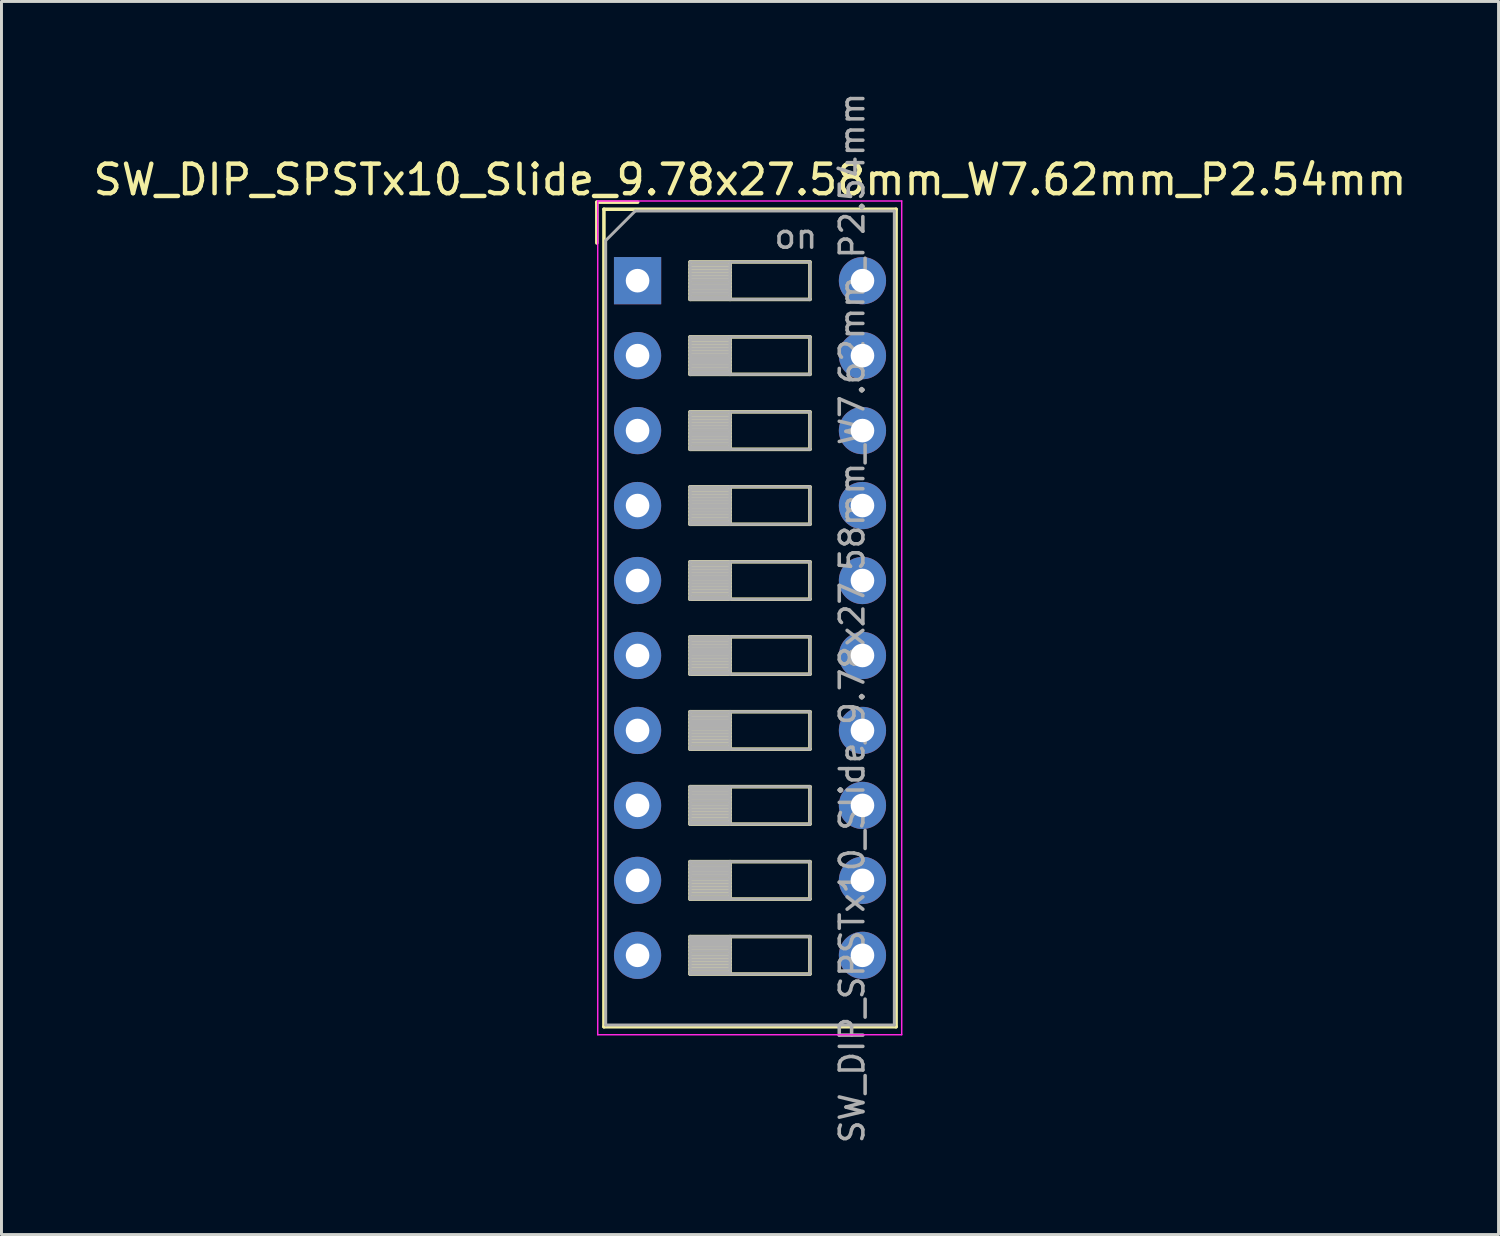
<source format=kicad_pcb>
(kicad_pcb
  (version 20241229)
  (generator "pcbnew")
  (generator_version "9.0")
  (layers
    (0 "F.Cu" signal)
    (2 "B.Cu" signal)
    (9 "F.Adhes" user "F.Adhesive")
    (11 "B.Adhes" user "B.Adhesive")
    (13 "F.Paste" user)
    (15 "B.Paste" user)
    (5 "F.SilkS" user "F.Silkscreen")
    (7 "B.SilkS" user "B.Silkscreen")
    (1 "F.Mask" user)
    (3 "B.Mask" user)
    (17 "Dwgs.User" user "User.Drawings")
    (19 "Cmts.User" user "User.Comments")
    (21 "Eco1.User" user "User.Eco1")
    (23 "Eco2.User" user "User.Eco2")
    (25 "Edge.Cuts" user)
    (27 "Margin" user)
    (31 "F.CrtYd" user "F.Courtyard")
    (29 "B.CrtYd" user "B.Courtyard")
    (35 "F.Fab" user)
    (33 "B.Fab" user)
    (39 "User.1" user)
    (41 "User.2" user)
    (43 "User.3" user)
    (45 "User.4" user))
  (footprint "SW_DIP_SPSTx10_Slide_9.78x27.58mm_W7.62mm_P2.54mm"
    (layer "F.Cu")
    (at 18.553 6.46)
    (property "Reference" "SW_DIP_SPSTx10_Slide_9.78x27.58mm_W7.62mm_P2.54mm" (at 3.81 -3.42 0) (layer "F.SilkS") (effects (font (size 1 1) (thickness 0.15))))
    (attr through_hole)
    (fp_line (start -1.38 -2.66) (end -1.38 -1.277) (stroke (width 0.12) (type solid)) (layer "F.SilkS"))
    (fp_line (start -1.38 -2.66) (end 0.004 -2.66) (stroke (width 0.12) (type solid)) (layer "F.SilkS"))
    (fp_line (start -1.14 -2.42) (end -1.14 25.28) (stroke (width 0.12) (type solid)) (layer "F.SilkS"))
    (fp_line (start -1.14 -2.42) (end 8.76 -2.42) (stroke (width 0.12) (type solid)) (layer "F.SilkS"))
    (fp_line (start -1.14 25.28) (end 8.76 25.28) (stroke (width 0.12) (type solid)) (layer "F.SilkS"))
    (fp_line (start 1.78 -0.635) (end 1.78 0.635) (stroke (width 0.12) (type solid)) (layer "F.SilkS"))
    (fp_line (start 1.78 -0.515) (end 3.133 -0.515) (stroke (width 0.12) (type solid)) (layer "F.SilkS"))
    (fp_line (start 1.78 -0.395) (end 3.133 -0.395) (stroke (width 0.12) (type solid)) (layer "F.SilkS"))
    (fp_line (start 1.78 -0.275) (end 3.133 -0.275) (stroke (width 0.12) (type solid)) (layer "F.SilkS"))
    (fp_line (start 1.78 -0.155) (end 3.133 -0.155) (stroke (width 0.12) (type solid)) (layer "F.SilkS"))
    (fp_line (start 1.78 -0.035) (end 3.133 -0.035) (stroke (width 0.12) (type solid)) (layer "F.SilkS"))
    (fp_line (start 1.78 0.085) (end 3.133 0.085) (stroke (width 0.12) (type solid)) (layer "F.SilkS"))
    (fp_line (start 1.78 0.205) (end 3.133 0.205) (stroke (width 0.12) (type solid)) (layer "F.SilkS"))
    (fp_line (start 1.78 0.325) (end 3.133 0.325) (stroke (width 0.12) (type solid)) (layer "F.SilkS"))
    (fp_line (start 1.78 0.445) (end 3.133 0.445) (stroke (width 0.12) (type solid)) (layer "F.SilkS"))
    (fp_line (start 1.78 0.565) (end 3.133 0.565) (stroke (width 0.12) (type solid)) (layer "F.SilkS"))
    (fp_line (start 1.78 0.635) (end 5.84 0.635) (stroke (width 0.12) (type solid)) (layer "F.SilkS"))
    (fp_line (start 1.78 1.905) (end 1.78 3.175) (stroke (width 0.12) (type solid)) (layer "F.SilkS"))
    (fp_line (start 1.78 2.025) (end 3.133 2.025) (stroke (width 0.12) (type solid)) (layer "F.SilkS"))
    (fp_line (start 1.78 2.145) (end 3.133 2.145) (stroke (width 0.12) (type solid)) (layer "F.SilkS"))
    (fp_line (start 1.78 2.265) (end 3.133 2.265) (stroke (width 0.12) (type solid)) (layer "F.SilkS"))
    (fp_line (start 1.78 2.385) (end 3.133 2.385) (stroke (width 0.12) (type solid)) (layer "F.SilkS"))
    (fp_line (start 1.78 2.505) (end 3.133 2.505) (stroke (width 0.12) (type solid)) (layer "F.SilkS"))
    (fp_line (start 1.78 2.625) (end 3.133 2.625) (stroke (width 0.12) (type solid)) (layer "F.SilkS"))
    (fp_line (start 1.78 2.745) (end 3.133 2.745) (stroke (width 0.12) (type solid)) (layer "F.SilkS"))
    (fp_line (start 1.78 2.865) (end 3.133 2.865) (stroke (width 0.12) (type solid)) (layer "F.SilkS"))
    (fp_line (start 1.78 2.985) (end 3.133 2.985) (stroke (width 0.12) (type solid)) (layer "F.SilkS"))
    (fp_line (start 1.78 3.105) (end 3.133 3.105) (stroke (width 0.12) (type solid)) (layer "F.SilkS"))
    (fp_line (start 1.78 3.175) (end 5.84 3.175) (stroke (width 0.12) (type solid)) (layer "F.SilkS"))
    (fp_line (start 1.78 4.445) (end 1.78 5.715) (stroke (width 0.12) (type solid)) (layer "F.SilkS"))
    (fp_line (start 1.78 4.565) (end 3.133 4.565) (stroke (width 0.12) (type solid)) (layer "F.SilkS"))
    (fp_line (start 1.78 4.685) (end 3.133 4.685) (stroke (width 0.12) (type solid)) (layer "F.SilkS"))
    (fp_line (start 1.78 4.805) (end 3.133 4.805) (stroke (width 0.12) (type solid)) (layer "F.SilkS"))
    (fp_line (start 1.78 4.925) (end 3.133 4.925) (stroke (width 0.12) (type solid)) (layer "F.SilkS"))
    (fp_line (start 1.78 5.045) (end 3.133 5.045) (stroke (width 0.12) (type solid)) (layer "F.SilkS"))
    (fp_line (start 1.78 5.165) (end 3.133 5.165) (stroke (width 0.12) (type solid)) (layer "F.SilkS"))
    (fp_line (start 1.78 5.285) (end 3.133 5.285) (stroke (width 0.12) (type solid)) (layer "F.SilkS"))
    (fp_line (start 1.78 5.405) (end 3.133 5.405) (stroke (width 0.12) (type solid)) (layer "F.SilkS"))
    (fp_line (start 1.78 5.525) (end 3.133 5.525) (stroke (width 0.12) (type solid)) (layer "F.SilkS"))
    (fp_line (start 1.78 5.645) (end 3.133 5.645) (stroke (width 0.12) (type solid)) (layer "F.SilkS"))
    (fp_line (start 1.78 5.715) (end 5.84 5.715) (stroke (width 0.12) (type solid)) (layer "F.SilkS"))
    (fp_line (start 1.78 6.985) (end 1.78 8.255) (stroke (width 0.12) (type solid)) (layer "F.SilkS"))
    (fp_line (start 1.78 7.105) (end 3.133 7.105) (stroke (width 0.12) (type solid)) (layer "F.SilkS"))
    (fp_line (start 1.78 7.225) (end 3.133 7.225) (stroke (width 0.12) (type solid)) (layer "F.SilkS"))
    (fp_line (start 1.78 7.345) (end 3.133 7.345) (stroke (width 0.12) (type solid)) (layer "F.SilkS"))
    (fp_line (start 1.78 7.465) (end 3.133 7.465) (stroke (width 0.12) (type solid)) (layer "F.SilkS"))
    (fp_line (start 1.78 7.585) (end 3.133 7.585) (stroke (width 0.12) (type solid)) (layer "F.SilkS"))
    (fp_line (start 1.78 7.705) (end 3.133 7.705) (stroke (width 0.12) (type solid)) (layer "F.SilkS"))
    (fp_line (start 1.78 7.825) (end 3.133 7.825) (stroke (width 0.12) (type solid)) (layer "F.SilkS"))
    (fp_line (start 1.78 7.945) (end 3.133 7.945) (stroke (width 0.12) (type solid)) (layer "F.SilkS"))
    (fp_line (start 1.78 8.065) (end 3.133 8.065) (stroke (width 0.12) (type solid)) (layer "F.SilkS"))
    (fp_line (start 1.78 8.185) (end 3.133 8.185) (stroke (width 0.12) (type solid)) (layer "F.SilkS"))
    (fp_line (start 1.78 8.255) (end 5.84 8.255) (stroke (width 0.12) (type solid)) (layer "F.SilkS"))
    (fp_line (start 1.78 9.525) (end 1.78 10.795) (stroke (width 0.12) (type solid)) (layer "F.SilkS"))
    (fp_line (start 1.78 9.645) (end 3.133 9.645) (stroke (width 0.12) (type solid)) (layer "F.SilkS"))
    (fp_line (start 1.78 9.765) (end 3.133 9.765) (stroke (width 0.12) (type solid)) (layer "F.SilkS"))
    (fp_line (start 1.78 9.885) (end 3.133 9.885) (stroke (width 0.12) (type solid)) (layer "F.SilkS"))
    (fp_line (start 1.78 10.005) (end 3.133 10.005) (stroke (width 0.12) (type solid)) (layer "F.SilkS"))
    (fp_line (start 1.78 10.125) (end 3.133 10.125) (stroke (width 0.12) (type solid)) (layer "F.SilkS"))
    (fp_line (start 1.78 10.245) (end 3.133 10.245) (stroke (width 0.12) (type solid)) (layer "F.SilkS"))
    (fp_line (start 1.78 10.365) (end 3.133 10.365) (stroke (width 0.12) (type solid)) (layer "F.SilkS"))
    (fp_line (start 1.78 10.485) (end 3.133 10.485) (stroke (width 0.12) (type solid)) (layer "F.SilkS"))
    (fp_line (start 1.78 10.605) (end 3.133 10.605) (stroke (width 0.12) (type solid)) (layer "F.SilkS"))
    (fp_line (start 1.78 10.725) (end 3.133 10.725) (stroke (width 0.12) (type solid)) (layer "F.SilkS"))
    (fp_line (start 1.78 10.795) (end 5.84 10.795) (stroke (width 0.12) (type solid)) (layer "F.SilkS"))
    (fp_line (start 1.78 12.065) (end 1.78 13.335) (stroke (width 0.12) (type solid)) (layer "F.SilkS"))
    (fp_line (start 1.78 12.185) (end 3.133 12.185) (stroke (width 0.12) (type solid)) (layer "F.SilkS"))
    (fp_line (start 1.78 12.305) (end 3.133 12.305) (stroke (width 0.12) (type solid)) (layer "F.SilkS"))
    (fp_line (start 1.78 12.425) (end 3.133 12.425) (stroke (width 0.12) (type solid)) (layer "F.SilkS"))
    (fp_line (start 1.78 12.545) (end 3.133 12.545) (stroke (width 0.12) (type solid)) (layer "F.SilkS"))
    (fp_line (start 1.78 12.665) (end 3.133 12.665) (stroke (width 0.12) (type solid)) (layer "F.SilkS"))
    (fp_line (start 1.78 12.785) (end 3.133 12.785) (stroke (width 0.12) (type solid)) (layer "F.SilkS"))
    (fp_line (start 1.78 12.905) (end 3.133 12.905) (stroke (width 0.12) (type solid)) (layer "F.SilkS"))
    (fp_line (start 1.78 13.025) (end 3.133 13.025) (stroke (width 0.12) (type solid)) (layer "F.SilkS"))
    (fp_line (start 1.78 13.145) (end 3.133 13.145) (stroke (width 0.12) (type solid)) (layer "F.SilkS"))
    (fp_line (start 1.78 13.265) (end 3.133 13.265) (stroke (width 0.12) (type solid)) (layer "F.SilkS"))
    (fp_line (start 1.78 13.335) (end 5.84 13.335) (stroke (width 0.12) (type solid)) (layer "F.SilkS"))
    (fp_line (start 1.78 14.605) (end 1.78 15.875) (stroke (width 0.12) (type solid)) (layer "F.SilkS"))
    (fp_line (start 1.78 14.725) (end 3.133 14.725) (stroke (width 0.12) (type solid)) (layer "F.SilkS"))
    (fp_line (start 1.78 14.845) (end 3.133 14.845) (stroke (width 0.12) (type solid)) (layer "F.SilkS"))
    (fp_line (start 1.78 14.965) (end 3.133 14.965) (stroke (width 0.12) (type solid)) (layer "F.SilkS"))
    (fp_line (start 1.78 15.085) (end 3.133 15.085) (stroke (width 0.12) (type solid)) (layer "F.SilkS"))
    (fp_line (start 1.78 15.205) (end 3.133 15.205) (stroke (width 0.12) (type solid)) (layer "F.SilkS"))
    (fp_line (start 1.78 15.325) (end 3.133 15.325) (stroke (width 0.12) (type solid)) (layer "F.SilkS"))
    (fp_line (start 1.78 15.445) (end 3.133 15.445) (stroke (width 0.12) (type solid)) (layer "F.SilkS"))
    (fp_line (start 1.78 15.565) (end 3.133 15.565) (stroke (width 0.12) (type solid)) (layer "F.SilkS"))
    (fp_line (start 1.78 15.685) (end 3.133 15.685) (stroke (width 0.12) (type solid)) (layer "F.SilkS"))
    (fp_line (start 1.78 15.805) (end 3.133 15.805) (stroke (width 0.12) (type solid)) (layer "F.SilkS"))
    (fp_line (start 1.78 15.875) (end 5.84 15.875) (stroke (width 0.12) (type solid)) (layer "F.SilkS"))
    (fp_line (start 1.78 17.145) (end 1.78 18.415) (stroke (width 0.12) (type solid)) (layer "F.SilkS"))
    (fp_line (start 1.78 17.265) (end 3.133 17.265) (stroke (width 0.12) (type solid)) (layer "F.SilkS"))
    (fp_line (start 1.78 17.385) (end 3.133 17.385) (stroke (width 0.12) (type solid)) (layer "F.SilkS"))
    (fp_line (start 1.78 17.505) (end 3.133 17.505) (stroke (width 0.12) (type solid)) (layer "F.SilkS"))
    (fp_line (start 1.78 17.625) (end 3.133 17.625) (stroke (width 0.12) (type solid)) (layer "F.SilkS"))
    (fp_line (start 1.78 17.745) (end 3.133 17.745) (stroke (width 0.12) (type solid)) (layer "F.SilkS"))
    (fp_line (start 1.78 17.865) (end 3.133 17.865) (stroke (width 0.12) (type solid)) (layer "F.SilkS"))
    (fp_line (start 1.78 17.985) (end 3.133 17.985) (stroke (width 0.12) (type solid)) (layer "F.SilkS"))
    (fp_line (start 1.78 18.105) (end 3.133 18.105) (stroke (width 0.12) (type solid)) (layer "F.SilkS"))
    (fp_line (start 1.78 18.225) (end 3.133 18.225) (stroke (width 0.12) (type solid)) (layer "F.SilkS"))
    (fp_line (start 1.78 18.345) (end 3.133 18.345) (stroke (width 0.12) (type solid)) (layer "F.SilkS"))
    (fp_line (start 1.78 18.415) (end 5.84 18.415) (stroke (width 0.12) (type solid)) (layer "F.SilkS"))
    (fp_line (start 1.78 19.685) (end 1.78 20.955) (stroke (width 0.12) (type solid)) (layer "F.SilkS"))
    (fp_line (start 1.78 19.805) (end 3.133 19.805) (stroke (width 0.12) (type solid)) (layer "F.SilkS"))
    (fp_line (start 1.78 19.925) (end 3.133 19.925) (stroke (width 0.12) (type solid)) (layer "F.SilkS"))
    (fp_line (start 1.78 20.045) (end 3.133 20.045) (stroke (width 0.12) (type solid)) (layer "F.SilkS"))
    (fp_line (start 1.78 20.165) (end 3.133 20.165) (stroke (width 0.12) (type solid)) (layer "F.SilkS"))
    (fp_line (start 1.78 20.285) (end 3.133 20.285) (stroke (width 0.12) (type solid)) (layer "F.SilkS"))
    (fp_line (start 1.78 20.405) (end 3.133 20.405) (stroke (width 0.12) (type solid)) (layer "F.SilkS"))
    (fp_line (start 1.78 20.525) (end 3.133 20.525) (stroke (width 0.12) (type solid)) (layer "F.SilkS"))
    (fp_line (start 1.78 20.645) (end 3.133 20.645) (stroke (width 0.12) (type solid)) (layer "F.SilkS"))
    (fp_line (start 1.78 20.765) (end 3.133 20.765) (stroke (width 0.12) (type solid)) (layer "F.SilkS"))
    (fp_line (start 1.78 20.885) (end 3.133 20.885) (stroke (width 0.12) (type solid)) (layer "F.SilkS"))
    (fp_line (start 1.78 20.955) (end 5.84 20.955) (stroke (width 0.12) (type solid)) (layer "F.SilkS"))
    (fp_line (start 1.78 22.225) (end 1.78 23.495) (stroke (width 0.12) (type solid)) (layer "F.SilkS"))
    (fp_line (start 1.78 22.345) (end 3.133 22.345) (stroke (width 0.12) (type solid)) (layer "F.SilkS"))
    (fp_line (start 1.78 22.465) (end 3.133 22.465) (stroke (width 0.12) (type solid)) (layer "F.SilkS"))
    (fp_line (start 1.78 22.585) (end 3.133 22.585) (stroke (width 0.12) (type solid)) (layer "F.SilkS"))
    (fp_line (start 1.78 22.705) (end 3.133 22.705) (stroke (width 0.12) (type solid)) (layer "F.SilkS"))
    (fp_line (start 1.78 22.825) (end 3.133 22.825) (stroke (width 0.12) (type solid)) (layer "F.SilkS"))
    (fp_line (start 1.78 22.945) (end 3.133 22.945) (stroke (width 0.12) (type solid)) (layer "F.SilkS"))
    (fp_line (start 1.78 23.065) (end 3.133 23.065) (stroke (width 0.12) (type solid)) (layer "F.SilkS"))
    (fp_line (start 1.78 23.185) (end 3.133 23.185) (stroke (width 0.12) (type solid)) (layer "F.SilkS"))
    (fp_line (start 1.78 23.305) (end 3.133 23.305) (stroke (width 0.12) (type solid)) (layer "F.SilkS"))
    (fp_line (start 1.78 23.425) (end 3.133 23.425) (stroke (width 0.12) (type solid)) (layer "F.SilkS"))
    (fp_line (start 1.78 23.495) (end 5.84 23.495) (stroke (width 0.12) (type solid)) (layer "F.SilkS"))
    (fp_line (start 3.133 -0.635) (end 3.133 0.635) (stroke (width 0.12) (type solid)) (layer "F.SilkS"))
    (fp_line (start 3.133 1.905) (end 3.133 3.175) (stroke (width 0.12) (type solid)) (layer "F.SilkS"))
    (fp_line (start 3.133 4.445) (end 3.133 5.715) (stroke (width 0.12) (type solid)) (layer "F.SilkS"))
    (fp_line (start 3.133 6.985) (end 3.133 8.255) (stroke (width 0.12) (type solid)) (layer "F.SilkS"))
    (fp_line (start 3.133 9.525) (end 3.133 10.795) (stroke (width 0.12) (type solid)) (layer "F.SilkS"))
    (fp_line (start 3.133 12.065) (end 3.133 13.335) (stroke (width 0.12) (type solid)) (layer "F.SilkS"))
    (fp_line (start 3.133 14.605) (end 3.133 15.875) (stroke (width 0.12) (type solid)) (layer "F.SilkS"))
    (fp_line (start 3.133 17.145) (end 3.133 18.415) (stroke (width 0.12) (type solid)) (layer "F.SilkS"))
    (fp_line (start 3.133 19.685) (end 3.133 20.955) (stroke (width 0.12) (type solid)) (layer "F.SilkS"))
    (fp_line (start 3.133 22.225) (end 3.133 23.495) (stroke (width 0.12) (type solid)) (layer "F.SilkS"))
    (fp_line (start 5.84 -0.635) (end 1.78 -0.635) (stroke (width 0.12) (type solid)) (layer "F.SilkS"))
    (fp_line (start 5.84 0.635) (end 5.84 -0.635) (stroke (width 0.12) (type solid)) (layer "F.SilkS"))
    (fp_line (start 5.84 1.905) (end 1.78 1.905) (stroke (width 0.12) (type solid)) (layer "F.SilkS"))
    (fp_line (start 5.84 3.175) (end 5.84 1.905) (stroke (width 0.12) (type solid)) (layer "F.SilkS"))
    (fp_line (start 5.84 4.445) (end 1.78 4.445) (stroke (width 0.12) (type solid)) (layer "F.SilkS"))
    (fp_line (start 5.84 5.715) (end 5.84 4.445) (stroke (width 0.12) (type solid)) (layer "F.SilkS"))
    (fp_line (start 5.84 6.985) (end 1.78 6.985) (stroke (width 0.12) (type solid)) (layer "F.SilkS"))
    (fp_line (start 5.84 8.255) (end 5.84 6.985) (stroke (width 0.12) (type solid)) (layer "F.SilkS"))
    (fp_line (start 5.84 9.525) (end 1.78 9.525) (stroke (width 0.12) (type solid)) (layer "F.SilkS"))
    (fp_line (start 5.84 10.795) (end 5.84 9.525) (stroke (width 0.12) (type solid)) (layer "F.SilkS"))
    (fp_line (start 5.84 12.065) (end 1.78 12.065) (stroke (width 0.12) (type solid)) (layer "F.SilkS"))
    (fp_line (start 5.84 13.335) (end 5.84 12.065) (stroke (width 0.12) (type solid)) (layer "F.SilkS"))
    (fp_line (start 5.84 14.605) (end 1.78 14.605) (stroke (width 0.12) (type solid)) (layer "F.SilkS"))
    (fp_line (start 5.84 15.875) (end 5.84 14.605) (stroke (width 0.12) (type solid)) (layer "F.SilkS"))
    (fp_line (start 5.84 17.145) (end 1.78 17.145) (stroke (width 0.12) (type solid)) (layer "F.SilkS"))
    (fp_line (start 5.84 18.415) (end 5.84 17.145) (stroke (width 0.12) (type solid)) (layer "F.SilkS"))
    (fp_line (start 5.84 19.685) (end 1.78 19.685) (stroke (width 0.12) (type solid)) (layer "F.SilkS"))
    (fp_line (start 5.84 20.955) (end 5.84 19.685) (stroke (width 0.12) (type solid)) (layer "F.SilkS"))
    (fp_line (start 5.84 22.225) (end 1.78 22.225) (stroke (width 0.12) (type solid)) (layer "F.SilkS"))
    (fp_line (start 5.84 23.495) (end 5.84 22.225) (stroke (width 0.12) (type solid)) (layer "F.SilkS"))
    (fp_line (start 8.76 -2.42) (end 8.76 25.28) (stroke (width 0.12) (type solid)) (layer "F.SilkS"))
    (fp_line (start -1.35 -2.7) (end -1.35 25.55) (stroke (width 0.05) (type solid)) (layer "F.CrtYd"))
    (fp_line (start -1.35 25.55) (end 8.95 25.55) (stroke (width 0.05) (type solid)) (layer "F.CrtYd"))
    (fp_line (start 8.95 -2.7) (end -1.35 -2.7) (stroke (width 0.05) (type solid)) (layer "F.CrtYd"))
    (fp_line (start 8.95 25.55) (end 8.95 -2.7) (stroke (width 0.05) (type solid)) (layer "F.CrtYd"))
    (fp_line (start -1.08 -1.36) (end -0.08 -2.36) (stroke (width 0.1) (type solid)) (layer "F.Fab"))
    (fp_line (start -1.08 25.22) (end -1.08 -1.36) (stroke (width 0.1) (type solid)) (layer "F.Fab"))
    (fp_line (start -0.08 -2.36) (end 8.7 -2.36) (stroke (width 0.1) (type solid)) (layer "F.Fab"))
    (fp_line (start 1.78 -0.635) (end 1.78 0.635) (stroke (width 0.1) (type solid)) (layer "F.Fab"))
    (fp_line (start 1.78 -0.535) (end 3.133 -0.535) (stroke (width 0.1) (type solid)) (layer "F.Fab"))
    (fp_line (start 1.78 -0.435) (end 3.133 -0.435) (stroke (width 0.1) (type solid)) (layer "F.Fab"))
    (fp_line (start 1.78 -0.335) (end 3.133 -0.335) (stroke (width 0.1) (type solid)) (layer "F.Fab"))
    (fp_line (start 1.78 -0.235) (end 3.133 -0.235) (stroke (width 0.1) (type solid)) (layer "F.Fab"))
    (fp_line (start 1.78 -0.135) (end 3.133 -0.135) (stroke (width 0.1) (type solid)) (layer "F.Fab"))
    (fp_line (start 1.78 -0.035) (end 3.133 -0.035) (stroke (width 0.1) (type solid)) (layer "F.Fab"))
    (fp_line (start 1.78 0.065) (end 3.133 0.065) (stroke (width 0.1) (type solid)) (layer "F.Fab"))
    (fp_line (start 1.78 0.165) (end 3.133 0.165) (stroke (width 0.1) (type solid)) (layer "F.Fab"))
    (fp_line (start 1.78 0.265) (end 3.133 0.265) (stroke (width 0.1) (type solid)) (layer "F.Fab"))
    (fp_line (start 1.78 0.365) (end 3.133 0.365) (stroke (width 0.1) (type solid)) (layer "F.Fab"))
    (fp_line (start 1.78 0.465) (end 3.133 0.465) (stroke (width 0.1) (type solid)) (layer "F.Fab"))
    (fp_line (start 1.78 0.565) (end 3.133 0.565) (stroke (width 0.1) (type solid)) (layer "F.Fab"))
    (fp_line (start 1.78 0.635) (end 5.84 0.635) (stroke (width 0.1) (type solid)) (layer "F.Fab"))
    (fp_line (start 1.78 1.905) (end 1.78 3.175) (stroke (width 0.1) (type solid)) (layer "F.Fab"))
    (fp_line (start 1.78 2.005) (end 3.133 2.005) (stroke (width 0.1) (type solid)) (layer "F.Fab"))
    (fp_line (start 1.78 2.105) (end 3.133 2.105) (stroke (width 0.1) (type solid)) (layer "F.Fab"))
    (fp_line (start 1.78 2.205) (end 3.133 2.205) (stroke (width 0.1) (type solid)) (layer "F.Fab"))
    (fp_line (start 1.78 2.305) (end 3.133 2.305) (stroke (width 0.1) (type solid)) (layer "F.Fab"))
    (fp_line (start 1.78 2.405) (end 3.133 2.405) (stroke (width 0.1) (type solid)) (layer "F.Fab"))
    (fp_line (start 1.78 2.505) (end 3.133 2.505) (stroke (width 0.1) (type solid)) (layer "F.Fab"))
    (fp_line (start 1.78 2.605) (end 3.133 2.605) (stroke (width 0.1) (type solid)) (layer "F.Fab"))
    (fp_line (start 1.78 2.705) (end 3.133 2.705) (stroke (width 0.1) (type solid)) (layer "F.Fab"))
    (fp_line (start 1.78 2.805) (end 3.133 2.805) (stroke (width 0.1) (type solid)) (layer "F.Fab"))
    (fp_line (start 1.78 2.905) (end 3.133 2.905) (stroke (width 0.1) (type solid)) (layer "F.Fab"))
    (fp_line (start 1.78 3.005) (end 3.133 3.005) (stroke (width 0.1) (type solid)) (layer "F.Fab"))
    (fp_line (start 1.78 3.105) (end 3.133 3.105) (stroke (width 0.1) (type solid)) (layer "F.Fab"))
    (fp_line (start 1.78 3.175) (end 5.84 3.175) (stroke (width 0.1) (type solid)) (layer "F.Fab"))
    (fp_line (start 1.78 4.445) (end 1.78 5.715) (stroke (width 0.1) (type solid)) (layer "F.Fab"))
    (fp_line (start 1.78 4.545) (end 3.133 4.545) (stroke (width 0.1) (type solid)) (layer "F.Fab"))
    (fp_line (start 1.78 4.645) (end 3.133 4.645) (stroke (width 0.1) (type solid)) (layer "F.Fab"))
    (fp_line (start 1.78 4.745) (end 3.133 4.745) (stroke (width 0.1) (type solid)) (layer "F.Fab"))
    (fp_line (start 1.78 4.845) (end 3.133 4.845) (stroke (width 0.1) (type solid)) (layer "F.Fab"))
    (fp_line (start 1.78 4.945) (end 3.133 4.945) (stroke (width 0.1) (type solid)) (layer "F.Fab"))
    (fp_line (start 1.78 5.045) (end 3.133 5.045) (stroke (width 0.1) (type solid)) (layer "F.Fab"))
    (fp_line (start 1.78 5.145) (end 3.133 5.145) (stroke (width 0.1) (type solid)) (layer "F.Fab"))
    (fp_line (start 1.78 5.245) (end 3.133 5.245) (stroke (width 0.1) (type solid)) (layer "F.Fab"))
    (fp_line (start 1.78 5.345) (end 3.133 5.345) (stroke (width 0.1) (type solid)) (layer "F.Fab"))
    (fp_line (start 1.78 5.445) (end 3.133 5.445) (stroke (width 0.1) (type solid)) (layer "F.Fab"))
    (fp_line (start 1.78 5.545) (end 3.133 5.545) (stroke (width 0.1) (type solid)) (layer "F.Fab"))
    (fp_line (start 1.78 5.645) (end 3.133 5.645) (stroke (width 0.1) (type solid)) (layer "F.Fab"))
    (fp_line (start 1.78 5.715) (end 5.84 5.715) (stroke (width 0.1) (type solid)) (layer "F.Fab"))
    (fp_line (start 1.78 6.985) (end 1.78 8.255) (stroke (width 0.1) (type solid)) (layer "F.Fab"))
    (fp_line (start 1.78 7.085) (end 3.133 7.085) (stroke (width 0.1) (type solid)) (layer "F.Fab"))
    (fp_line (start 1.78 7.185) (end 3.133 7.185) (stroke (width 0.1) (type solid)) (layer "F.Fab"))
    (fp_line (start 1.78 7.285) (end 3.133 7.285) (stroke (width 0.1) (type solid)) (layer "F.Fab"))
    (fp_line (start 1.78 7.385) (end 3.133 7.385) (stroke (width 0.1) (type solid)) (layer "F.Fab"))
    (fp_line (start 1.78 7.485) (end 3.133 7.485) (stroke (width 0.1) (type solid)) (layer "F.Fab"))
    (fp_line (start 1.78 7.585) (end 3.133 7.585) (stroke (width 0.1) (type solid)) (layer "F.Fab"))
    (fp_line (start 1.78 7.685) (end 3.133 7.685) (stroke (width 0.1) (type solid)) (layer "F.Fab"))
    (fp_line (start 1.78 7.785) (end 3.133 7.785) (stroke (width 0.1) (type solid)) (layer "F.Fab"))
    (fp_line (start 1.78 7.885) (end 3.133 7.885) (stroke (width 0.1) (type solid)) (layer "F.Fab"))
    (fp_line (start 1.78 7.985) (end 3.133 7.985) (stroke (width 0.1) (type solid)) (layer "F.Fab"))
    (fp_line (start 1.78 8.085) (end 3.133 8.085) (stroke (width 0.1) (type solid)) (layer "F.Fab"))
    (fp_line (start 1.78 8.185) (end 3.133 8.185) (stroke (width 0.1) (type solid)) (layer "F.Fab"))
    (fp_line (start 1.78 8.255) (end 5.84 8.255) (stroke (width 0.1) (type solid)) (layer "F.Fab"))
    (fp_line (start 1.78 9.525) (end 1.78 10.795) (stroke (width 0.1) (type solid)) (layer "F.Fab"))
    (fp_line (start 1.78 9.625) (end 3.133 9.625) (stroke (width 0.1) (type solid)) (layer "F.Fab"))
    (fp_line (start 1.78 9.725) (end 3.133 9.725) (stroke (width 0.1) (type solid)) (layer "F.Fab"))
    (fp_line (start 1.78 9.825) (end 3.133 9.825) (stroke (width 0.1) (type solid)) (layer "F.Fab"))
    (fp_line (start 1.78 9.925) (end 3.133 9.925) (stroke (width 0.1) (type solid)) (layer "F.Fab"))
    (fp_line (start 1.78 10.025) (end 3.133 10.025) (stroke (width 0.1) (type solid)) (layer "F.Fab"))
    (fp_line (start 1.78 10.125) (end 3.133 10.125) (stroke (width 0.1) (type solid)) (layer "F.Fab"))
    (fp_line (start 1.78 10.225) (end 3.133 10.225) (stroke (width 0.1) (type solid)) (layer "F.Fab"))
    (fp_line (start 1.78 10.325) (end 3.133 10.325) (stroke (width 0.1) (type solid)) (layer "F.Fab"))
    (fp_line (start 1.78 10.425) (end 3.133 10.425) (stroke (width 0.1) (type solid)) (layer "F.Fab"))
    (fp_line (start 1.78 10.525) (end 3.133 10.525) (stroke (width 0.1) (type solid)) (layer "F.Fab"))
    (fp_line (start 1.78 10.625) (end 3.133 10.625) (stroke (width 0.1) (type solid)) (layer "F.Fab"))
    (fp_line (start 1.78 10.725) (end 3.133 10.725) (stroke (width 0.1) (type solid)) (layer "F.Fab"))
    (fp_line (start 1.78 10.795) (end 5.84 10.795) (stroke (width 0.1) (type solid)) (layer "F.Fab"))
    (fp_line (start 1.78 12.065) (end 1.78 13.335) (stroke (width 0.1) (type solid)) (layer "F.Fab"))
    (fp_line (start 1.78 12.165) (end 3.133 12.165) (stroke (width 0.1) (type solid)) (layer "F.Fab"))
    (fp_line (start 1.78 12.265) (end 3.133 12.265) (stroke (width 0.1) (type solid)) (layer "F.Fab"))
    (fp_line (start 1.78 12.365) (end 3.133 12.365) (stroke (width 0.1) (type solid)) (layer "F.Fab"))
    (fp_line (start 1.78 12.465) (end 3.133 12.465) (stroke (width 0.1) (type solid)) (layer "F.Fab"))
    (fp_line (start 1.78 12.565) (end 3.133 12.565) (stroke (width 0.1) (type solid)) (layer "F.Fab"))
    (fp_line (start 1.78 12.665) (end 3.133 12.665) (stroke (width 0.1) (type solid)) (layer "F.Fab"))
    (fp_line (start 1.78 12.765) (end 3.133 12.765) (stroke (width 0.1) (type solid)) (layer "F.Fab"))
    (fp_line (start 1.78 12.865) (end 3.133 12.865) (stroke (width 0.1) (type solid)) (layer "F.Fab"))
    (fp_line (start 1.78 12.965) (end 3.133 12.965) (stroke (width 0.1) (type solid)) (layer "F.Fab"))
    (fp_line (start 1.78 13.065) (end 3.133 13.065) (stroke (width 0.1) (type solid)) (layer "F.Fab"))
    (fp_line (start 1.78 13.165) (end 3.133 13.165) (stroke (width 0.1) (type solid)) (layer "F.Fab"))
    (fp_line (start 1.78 13.265) (end 3.133 13.265) (stroke (width 0.1) (type solid)) (layer "F.Fab"))
    (fp_line (start 1.78 13.335) (end 5.84 13.335) (stroke (width 0.1) (type solid)) (layer "F.Fab"))
    (fp_line (start 1.78 14.605) (end 1.78 15.875) (stroke (width 0.1) (type solid)) (layer "F.Fab"))
    (fp_line (start 1.78 14.705) (end 3.133 14.705) (stroke (width 0.1) (type solid)) (layer "F.Fab"))
    (fp_line (start 1.78 14.805) (end 3.133 14.805) (stroke (width 0.1) (type solid)) (layer "F.Fab"))
    (fp_line (start 1.78 14.905) (end 3.133 14.905) (stroke (width 0.1) (type solid)) (layer "F.Fab"))
    (fp_line (start 1.78 15.005) (end 3.133 15.005) (stroke (width 0.1) (type solid)) (layer "F.Fab"))
    (fp_line (start 1.78 15.105) (end 3.133 15.105) (stroke (width 0.1) (type solid)) (layer "F.Fab"))
    (fp_line (start 1.78 15.205) (end 3.133 15.205) (stroke (width 0.1) (type solid)) (layer "F.Fab"))
    (fp_line (start 1.78 15.305) (end 3.133 15.305) (stroke (width 0.1) (type solid)) (layer "F.Fab"))
    (fp_line (start 1.78 15.405) (end 3.133 15.405) (stroke (width 0.1) (type solid)) (layer "F.Fab"))
    (fp_line (start 1.78 15.505) (end 3.133 15.505) (stroke (width 0.1) (type solid)) (layer "F.Fab"))
    (fp_line (start 1.78 15.605) (end 3.133 15.605) (stroke (width 0.1) (type solid)) (layer "F.Fab"))
    (fp_line (start 1.78 15.705) (end 3.133 15.705) (stroke (width 0.1) (type solid)) (layer "F.Fab"))
    (fp_line (start 1.78 15.805) (end 3.133 15.805) (stroke (width 0.1) (type solid)) (layer "F.Fab"))
    (fp_line (start 1.78 15.875) (end 5.84 15.875) (stroke (width 0.1) (type solid)) (layer "F.Fab"))
    (fp_line (start 1.78 17.145) (end 1.78 18.415) (stroke (width 0.1) (type solid)) (layer "F.Fab"))
    (fp_line (start 1.78 17.245) (end 3.133 17.245) (stroke (width 0.1) (type solid)) (layer "F.Fab"))
    (fp_line (start 1.78 17.345) (end 3.133 17.345) (stroke (width 0.1) (type solid)) (layer "F.Fab"))
    (fp_line (start 1.78 17.445) (end 3.133 17.445) (stroke (width 0.1) (type solid)) (layer "F.Fab"))
    (fp_line (start 1.78 17.545) (end 3.133 17.545) (stroke (width 0.1) (type solid)) (layer "F.Fab"))
    (fp_line (start 1.78 17.645) (end 3.133 17.645) (stroke (width 0.1) (type solid)) (layer "F.Fab"))
    (fp_line (start 1.78 17.745) (end 3.133 17.745) (stroke (width 0.1) (type solid)) (layer "F.Fab"))
    (fp_line (start 1.78 17.845) (end 3.133 17.845) (stroke (width 0.1) (type solid)) (layer "F.Fab"))
    (fp_line (start 1.78 17.945) (end 3.133 17.945) (stroke (width 0.1) (type solid)) (layer "F.Fab"))
    (fp_line (start 1.78 18.045) (end 3.133 18.045) (stroke (width 0.1) (type solid)) (layer "F.Fab"))
    (fp_line (start 1.78 18.145) (end 3.133 18.145) (stroke (width 0.1) (type solid)) (layer "F.Fab"))
    (fp_line (start 1.78 18.245) (end 3.133 18.245) (stroke (width 0.1) (type solid)) (layer "F.Fab"))
    (fp_line (start 1.78 18.345) (end 3.133 18.345) (stroke (width 0.1) (type solid)) (layer "F.Fab"))
    (fp_line (start 1.78 18.415) (end 5.84 18.415) (stroke (width 0.1) (type solid)) (layer "F.Fab"))
    (fp_line (start 1.78 19.685) (end 1.78 20.955) (stroke (width 0.1) (type solid)) (layer "F.Fab"))
    (fp_line (start 1.78 19.785) (end 3.133 19.785) (stroke (width 0.1) (type solid)) (layer "F.Fab"))
    (fp_line (start 1.78 19.885) (end 3.133 19.885) (stroke (width 0.1) (type solid)) (layer "F.Fab"))
    (fp_line (start 1.78 19.985) (end 3.133 19.985) (stroke (width 0.1) (type solid)) (layer "F.Fab"))
    (fp_line (start 1.78 20.085) (end 3.133 20.085) (stroke (width 0.1) (type solid)) (layer "F.Fab"))
    (fp_line (start 1.78 20.185) (end 3.133 20.185) (stroke (width 0.1) (type solid)) (layer "F.Fab"))
    (fp_line (start 1.78 20.285) (end 3.133 20.285) (stroke (width 0.1) (type solid)) (layer "F.Fab"))
    (fp_line (start 1.78 20.385) (end 3.133 20.385) (stroke (width 0.1) (type solid)) (layer "F.Fab"))
    (fp_line (start 1.78 20.485) (end 3.133 20.485) (stroke (width 0.1) (type solid)) (layer "F.Fab"))
    (fp_line (start 1.78 20.585) (end 3.133 20.585) (stroke (width 0.1) (type solid)) (layer "F.Fab"))
    (fp_line (start 1.78 20.685) (end 3.133 20.685) (stroke (width 0.1) (type solid)) (layer "F.Fab"))
    (fp_line (start 1.78 20.785) (end 3.133 20.785) (stroke (width 0.1) (type solid)) (layer "F.Fab"))
    (fp_line (start 1.78 20.885) (end 3.133 20.885) (stroke (width 0.1) (type solid)) (layer "F.Fab"))
    (fp_line (start 1.78 20.955) (end 5.84 20.955) (stroke (width 0.1) (type solid)) (layer "F.Fab"))
    (fp_line (start 1.78 22.225) (end 1.78 23.495) (stroke (width 0.1) (type solid)) (layer "F.Fab"))
    (fp_line (start 1.78 22.325) (end 3.133 22.325) (stroke (width 0.1) (type solid)) (layer "F.Fab"))
    (fp_line (start 1.78 22.425) (end 3.133 22.425) (stroke (width 0.1) (type solid)) (layer "F.Fab"))
    (fp_line (start 1.78 22.525) (end 3.133 22.525) (stroke (width 0.1) (type solid)) (layer "F.Fab"))
    (fp_line (start 1.78 22.625) (end 3.133 22.625) (stroke (width 0.1) (type solid)) (layer "F.Fab"))
    (fp_line (start 1.78 22.725) (end 3.133 22.725) (stroke (width 0.1) (type solid)) (layer "F.Fab"))
    (fp_line (start 1.78 22.825) (end 3.133 22.825) (stroke (width 0.1) (type solid)) (layer "F.Fab"))
    (fp_line (start 1.78 22.925) (end 3.133 22.925) (stroke (width 0.1) (type solid)) (layer "F.Fab"))
    (fp_line (start 1.78 23.025) (end 3.133 23.025) (stroke (width 0.1) (type solid)) (layer "F.Fab"))
    (fp_line (start 1.78 23.125) (end 3.133 23.125) (stroke (width 0.1) (type solid)) (layer "F.Fab"))
    (fp_line (start 1.78 23.225) (end 3.133 23.225) (stroke (width 0.1) (type solid)) (layer "F.Fab"))
    (fp_line (start 1.78 23.325) (end 3.133 23.325) (stroke (width 0.1) (type solid)) (layer "F.Fab"))
    (fp_line (start 1.78 23.425) (end 3.133 23.425) (stroke (width 0.1) (type solid)) (layer "F.Fab"))
    (fp_line (start 1.78 23.495) (end 5.84 23.495) (stroke (width 0.1) (type solid)) (layer "F.Fab"))
    (fp_line (start 3.133 -0.635) (end 3.133 0.635) (stroke (width 0.1) (type solid)) (layer "F.Fab"))
    (fp_line (start 3.133 1.905) (end 3.133 3.175) (stroke (width 0.1) (type solid)) (layer "F.Fab"))
    (fp_line (start 3.133 4.445) (end 3.133 5.715) (stroke (width 0.1) (type solid)) (layer "F.Fab"))
    (fp_line (start 3.133 6.985) (end 3.133 8.255) (stroke (width 0.1) (type solid)) (layer "F.Fab"))
    (fp_line (start 3.133 9.525) (end 3.133 10.795) (stroke (width 0.1) (type solid)) (layer "F.Fab"))
    (fp_line (start 3.133 12.065) (end 3.133 13.335) (stroke (width 0.1) (type solid)) (layer "F.Fab"))
    (fp_line (start 3.133 14.605) (end 3.133 15.875) (stroke (width 0.1) (type solid)) (layer "F.Fab"))
    (fp_line (start 3.133 17.145) (end 3.133 18.415) (stroke (width 0.1) (type solid)) (layer "F.Fab"))
    (fp_line (start 3.133 19.685) (end 3.133 20.955) (stroke (width 0.1) (type solid)) (layer "F.Fab"))
    (fp_line (start 3.133 22.225) (end 3.133 23.495) (stroke (width 0.1) (type solid)) (layer "F.Fab"))
    (fp_line (start 5.84 -0.635) (end 1.78 -0.635) (stroke (width 0.1) (type solid)) (layer "F.Fab"))
    (fp_line (start 5.84 0.635) (end 5.84 -0.635) (stroke (width 0.1) (type solid)) (layer "F.Fab"))
    (fp_line (start 5.84 1.905) (end 1.78 1.905) (stroke (width 0.1) (type solid)) (layer "F.Fab"))
    (fp_line (start 5.84 3.175) (end 5.84 1.905) (stroke (width 0.1) (type solid)) (layer "F.Fab"))
    (fp_line (start 5.84 4.445) (end 1.78 4.445) (stroke (width 0.1) (type solid)) (layer "F.Fab"))
    (fp_line (start 5.84 5.715) (end 5.84 4.445) (stroke (width 0.1) (type solid)) (layer "F.Fab"))
    (fp_line (start 5.84 6.985) (end 1.78 6.985) (stroke (width 0.1) (type solid)) (layer "F.Fab"))
    (fp_line (start 5.84 8.255) (end 5.84 6.985) (stroke (width 0.1) (type solid)) (layer "F.Fab"))
    (fp_line (start 5.84 9.525) (end 1.78 9.525) (stroke (width 0.1) (type solid)) (layer "F.Fab"))
    (fp_line (start 5.84 10.795) (end 5.84 9.525) (stroke (width 0.1) (type solid)) (layer "F.Fab"))
    (fp_line (start 5.84 12.065) (end 1.78 12.065) (stroke (width 0.1) (type solid)) (layer "F.Fab"))
    (fp_line (start 5.84 13.335) (end 5.84 12.065) (stroke (width 0.1) (type solid)) (layer "F.Fab"))
    (fp_line (start 5.84 14.605) (end 1.78 14.605) (stroke (width 0.1) (type solid)) (layer "F.Fab"))
    (fp_line (start 5.84 15.875) (end 5.84 14.605) (stroke (width 0.1) (type solid)) (layer "F.Fab"))
    (fp_line (start 5.84 17.145) (end 1.78 17.145) (stroke (width 0.1) (type solid)) (layer "F.Fab"))
    (fp_line (start 5.84 18.415) (end 5.84 17.145) (stroke (width 0.1) (type solid)) (layer "F.Fab"))
    (fp_line (start 5.84 19.685) (end 1.78 19.685) (stroke (width 0.1) (type solid)) (layer "F.Fab"))
    (fp_line (start 5.84 20.955) (end 5.84 19.685) (stroke (width 0.1) (type solid)) (layer "F.Fab"))
    (fp_line (start 5.84 22.225) (end 1.78 22.225) (stroke (width 0.1) (type solid)) (layer "F.Fab"))
    (fp_line (start 5.84 23.495) (end 5.84 22.225) (stroke (width 0.1) (type solid)) (layer "F.Fab"))
    (fp_line (start 8.7 -2.36) (end 8.7 25.22) (stroke (width 0.1) (type solid)) (layer "F.Fab"))
    (fp_line (start 8.7 25.22) (end -1.08 25.22) (stroke (width 0.1) (type solid)) (layer "F.Fab"))
    (fp_text user "on" (at 5.365 -1.498 0) (layer "F.Fab") (effects (font (size 0.8 0.8) (thickness 0.12))))
    (fp_text user "${REFERENCE}" (at 7.27 11.43 90) (layer "F.Fab") (effects (font (size 0.8 0.8) (thickness 0.12))))
    (pad "1" thru_hole rect (at 0 0) (size 1.6 1.6) (drill 0.8) (layers "*.Cu" "*.Mask"))
    (pad "2" thru_hole oval (at 0 2.54) (size 1.6 1.6) (drill 0.8) (layers "*.Cu" "*.Mask"))
    (pad "3" thru_hole oval (at 0 5.08) (size 1.6 1.6) (drill 0.8) (layers "*.Cu" "*.Mask"))
    (pad "4" thru_hole oval (at 0 7.62) (size 1.6 1.6) (drill 0.8) (layers "*.Cu" "*.Mask"))
    (pad "5" thru_hole oval (at 0 10.16) (size 1.6 1.6) (drill 0.8) (layers "*.Cu" "*.Mask"))
    (pad "6" thru_hole oval (at 0 12.7) (size 1.6 1.6) (drill 0.8) (layers "*.Cu" "*.Mask"))
    (pad "7" thru_hole oval (at 0 15.24) (size 1.6 1.6) (drill 0.8) (layers "*.Cu" "*.Mask"))
    (pad "8" thru_hole oval (at 0 17.78) (size 1.6 1.6) (drill 0.8) (layers "*.Cu" "*.Mask"))
    (pad "9" thru_hole oval (at 0 20.32) (size 1.6 1.6) (drill 0.8) (layers "*.Cu" "*.Mask"))
    (pad "10" thru_hole oval (at 0 22.86) (size 1.6 1.6) (drill 0.8) (layers "*.Cu" "*.Mask"))
    (pad "11" thru_hole oval (at 7.62 22.86) (size 1.6 1.6) (drill 0.8) (layers "*.Cu" "*.Mask"))
    (pad "12" thru_hole oval (at 7.62 20.32) (size 1.6 1.6) (drill 0.8) (layers "*.Cu" "*.Mask"))
    (pad "13" thru_hole oval (at 7.62 17.78) (size 1.6 1.6) (drill 0.8) (layers "*.Cu" "*.Mask"))
    (pad "14" thru_hole oval (at 7.62 15.24) (size 1.6 1.6) (drill 0.8) (layers "*.Cu" "*.Mask"))
    (pad "15" thru_hole oval (at 7.62 12.7) (size 1.6 1.6) (drill 0.8) (layers "*.Cu" "*.Mask"))
    (pad "16" thru_hole oval (at 7.62 10.16) (size 1.6 1.6) (drill 0.8) (layers "*.Cu" "*.Mask"))
    (pad "17" thru_hole oval (at 7.62 7.62) (size 1.6 1.6) (drill 0.8) (layers "*.Cu" "*.Mask"))
    (pad "18" thru_hole oval (at 7.62 5.08) (size 1.6 1.6) (drill 0.8) (layers "*.Cu" "*.Mask"))
    (pad "19" thru_hole oval (at 7.62 2.54) (size 1.6 1.6) (drill 0.8) (layers "*.Cu" "*.Mask"))
    (pad "20" thru_hole oval (at 7.62 0) (size 1.6 1.6) (drill 0.8) (layers "*.Cu" "*.Mask")))
  (gr_rect
    (start -3 -3)
    (end 47.726 38.781)
    (stroke (width 0.1) (type default))
    (fill no)
    (layer "Edge.Cuts")))
</source>
